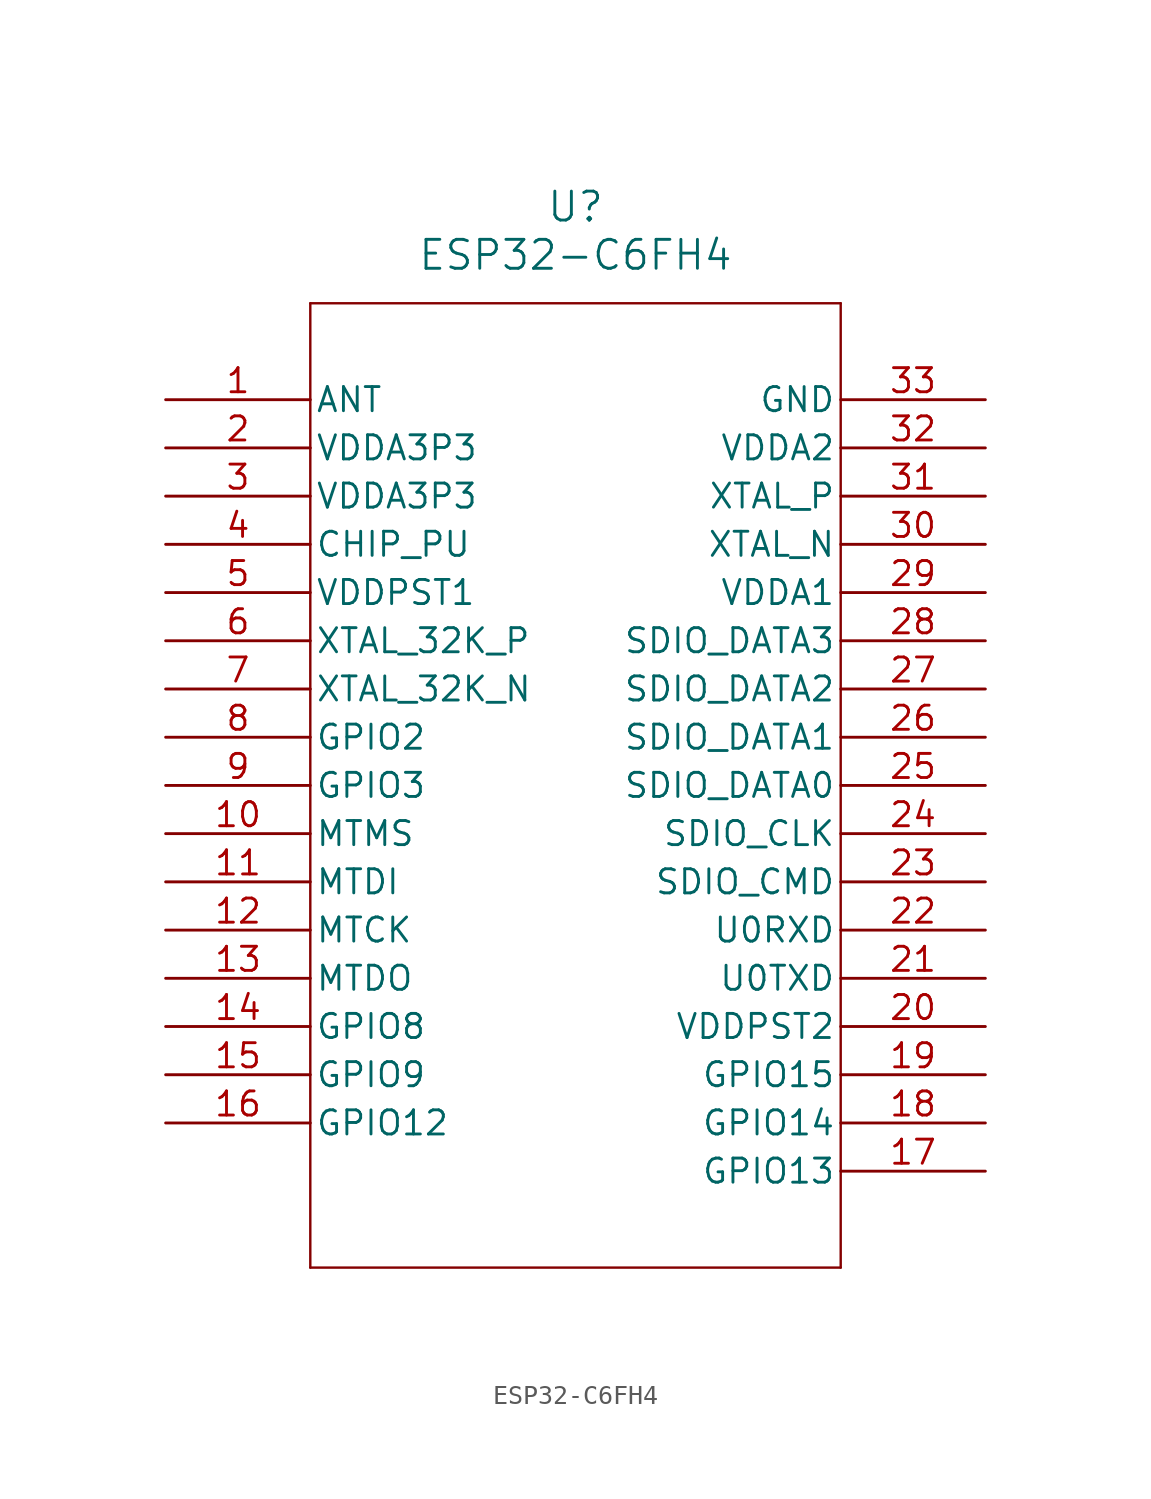
<source format=kicad_sym>
(kicad_symbol_lib
  (version 20231120)
  (generator "kicad_symbol_editor")
  (generator_version "8.0")
  (symbol "ESP32-C6FH4"
    (pin_names
      (offset 0.254))
    (property "Reference" "U"
      (at 33.02 10.16 0)
      (effects (font (size 1.524 1.524))))
    (property "Value" "ESP32-C6FH4"
      (at 33.02 7.62 0)
      (effects (font (size 1.524 1.524))))
    (symbol "ESP32-C6FH4_0_1"
      (polyline (pts (xy 19.05 -45.72) (xy 46.99 -45.72)) (stroke (width 0.127) (type default)) (fill (type none)))
      (polyline (pts (xy 19.05 5.08) (xy 19.05 -45.72)) (stroke (width 0.127) (type default)) (fill (type none)))
      (polyline (pts (xy 46.99 -45.72) (xy 46.99 5.08)) (stroke (width 0.127) (type default)) (fill (type none)))
      (polyline (pts (xy 46.99 5.08) (xy 19.05 5.08)) (stroke (width 0.127) (type default)) (fill (type none)))
      (pin unspecified line (at 11.43 0 0) (length 7.62) (name "ANT" (effects (font (size 1.27 1.27)))) (number "1" (effects (font (size 1.27 1.27)))))
      (pin bidirectional line (at 11.43 -22.86 0) (length 7.62) (name "MTMS" (effects (font (size 1.27 1.27)))) (number "10" (effects (font (size 1.27 1.27)))))
      (pin bidirectional line (at 11.43 -25.4 0) (length 7.62) (name "MTDI" (effects (font (size 1.27 1.27)))) (number "11" (effects (font (size 1.27 1.27)))))
      (pin bidirectional line (at 11.43 -27.94 0) (length 7.62) (name "MTCK" (effects (font (size 1.27 1.27)))) (number "12" (effects (font (size 1.27 1.27)))))
      (pin bidirectional line (at 11.43 -30.48 0) (length 7.62) (name "MTDO" (effects (font (size 1.27 1.27)))) (number "13" (effects (font (size 1.27 1.27)))))
      (pin bidirectional line (at 11.43 -33.02 0) (length 7.62) (name "GPIO8" (effects (font (size 1.27 1.27)))) (number "14" (effects (font (size 1.27 1.27)))))
      (pin bidirectional line (at 11.43 -35.56 0) (length 7.62) (name "GPIO9" (effects (font (size 1.27 1.27)))) (number "15" (effects (font (size 1.27 1.27)))))
      (pin bidirectional line (at 11.43 -38.1 0) (length 7.62) (name "GPIO12" (effects (font (size 1.27 1.27)))) (number "16" (effects (font (size 1.27 1.27)))))
      (pin bidirectional line (at 54.61 -40.64 180) (length 7.62) (name "GPIO13" (effects (font (size 1.27 1.27)))) (number "17" (effects (font (size 1.27 1.27)))))
      (pin bidirectional line (at 54.61 -38.1 180) (length 7.62) (name "GPIO14" (effects (font (size 1.27 1.27)))) (number "18" (effects (font (size 1.27 1.27)))))
      (pin bidirectional line (at 54.61 -35.56 180) (length 7.62) (name "GPIO15" (effects (font (size 1.27 1.27)))) (number "19" (effects (font (size 1.27 1.27)))))
      (pin power_in line (at 11.43 -2.54 0) (length 7.62) (name "VDDA3P3" (effects (font (size 1.27 1.27)))) (number "2" (effects (font (size 1.27 1.27)))))
      (pin power_in line (at 54.61 -33.02 180) (length 7.62) (name "VDDPST2" (effects (font (size 1.27 1.27)))) (number "20" (effects (font (size 1.27 1.27)))))
      (pin bidirectional line (at 54.61 -30.48 180) (length 7.62) (name "U0TXD" (effects (font (size 1.27 1.27)))) (number "21" (effects (font (size 1.27 1.27)))))
      (pin bidirectional line (at 54.61 -27.94 180) (length 7.62) (name "U0RXD" (effects (font (size 1.27 1.27)))) (number "22" (effects (font (size 1.27 1.27)))))
      (pin bidirectional line (at 54.61 -25.4 180) (length 7.62) (name "SDIO_CMD" (effects (font (size 1.27 1.27)))) (number "23" (effects (font (size 1.27 1.27)))))
      (pin bidirectional line (at 54.61 -22.86 180) (length 7.62) (name "SDIO_CLK" (effects (font (size 1.27 1.27)))) (number "24" (effects (font (size 1.27 1.27)))))
      (pin bidirectional line (at 54.61 -20.32 180) (length 7.62) (name "SDIO_DATA0" (effects (font (size 1.27 1.27)))) (number "25" (effects (font (size 1.27 1.27)))))
      (pin bidirectional line (at 54.61 -17.78 180) (length 7.62) (name "SDIO_DATA1" (effects (font (size 1.27 1.27)))) (number "26" (effects (font (size 1.27 1.27)))))
      (pin bidirectional line (at 54.61 -15.24 180) (length 7.62) (name "SDIO_DATA2" (effects (font (size 1.27 1.27)))) (number "27" (effects (font (size 1.27 1.27)))))
      (pin bidirectional line (at 54.61 -12.7 180) (length 7.62) (name "SDIO_DATA3" (effects (font (size 1.27 1.27)))) (number "28" (effects (font (size 1.27 1.27)))))
      (pin power_in line (at 54.61 -10.16 180) (length 7.62) (name "VDDA1" (effects (font (size 1.27 1.27)))) (number "29" (effects (font (size 1.27 1.27)))))
      (pin power_in line (at 11.43 -5.08 0) (length 7.62) (name "VDDA3P3" (effects (font (size 1.27 1.27)))) (number "3" (effects (font (size 1.27 1.27)))))
      (pin unspecified line (at 54.61 -7.62 180) (length 7.62) (name "XTAL_N" (effects (font (size 1.27 1.27)))) (number "30" (effects (font (size 1.27 1.27)))))
      (pin unspecified line (at 54.61 -5.08 180) (length 7.62) (name "XTAL_P" (effects (font (size 1.27 1.27)))) (number "31" (effects (font (size 1.27 1.27)))))
      (pin power_in line (at 54.61 -2.54 180) (length 7.62) (name "VDDA2" (effects (font (size 1.27 1.27)))) (number "32" (effects (font (size 1.27 1.27)))))
      (pin power_out line (at 54.61 0 180) (length 7.62) (name "GND" (effects (font (size 1.27 1.27)))) (number "33" (effects (font (size 1.27 1.27)))))
      (pin unspecified line (at 11.43 -7.62 0) (length 7.62) (name "CHIP_PU" (effects (font (size 1.27 1.27)))) (number "4" (effects (font (size 1.27 1.27)))))
      (pin power_in line (at 11.43 -10.16 0) (length 7.62) (name "VDDPST1" (effects (font (size 1.27 1.27)))) (number "5" (effects (font (size 1.27 1.27)))))
      (pin bidirectional line (at 11.43 -12.7 0) (length 7.62) (name "XTAL_32K_P" (effects (font (size 1.27 1.27)))) (number "6" (effects (font (size 1.27 1.27)))))
      (pin bidirectional line (at 11.43 -15.24 0) (length 7.62) (name "XTAL_32K_N" (effects (font (size 1.27 1.27)))) (number "7" (effects (font (size 1.27 1.27)))))
      (pin bidirectional line (at 11.43 -17.78 0) (length 7.62) (name "GPIO2" (effects (font (size 1.27 1.27)))) (number "8" (effects (font (size 1.27 1.27)))))
      (pin bidirectional line (at 11.43 -20.32 0) (length 7.62) (name "GPIO3" (effects (font (size 1.27 1.27)))) (number "9" (effects (font (size 1.27 1.27))))))))
</source>
